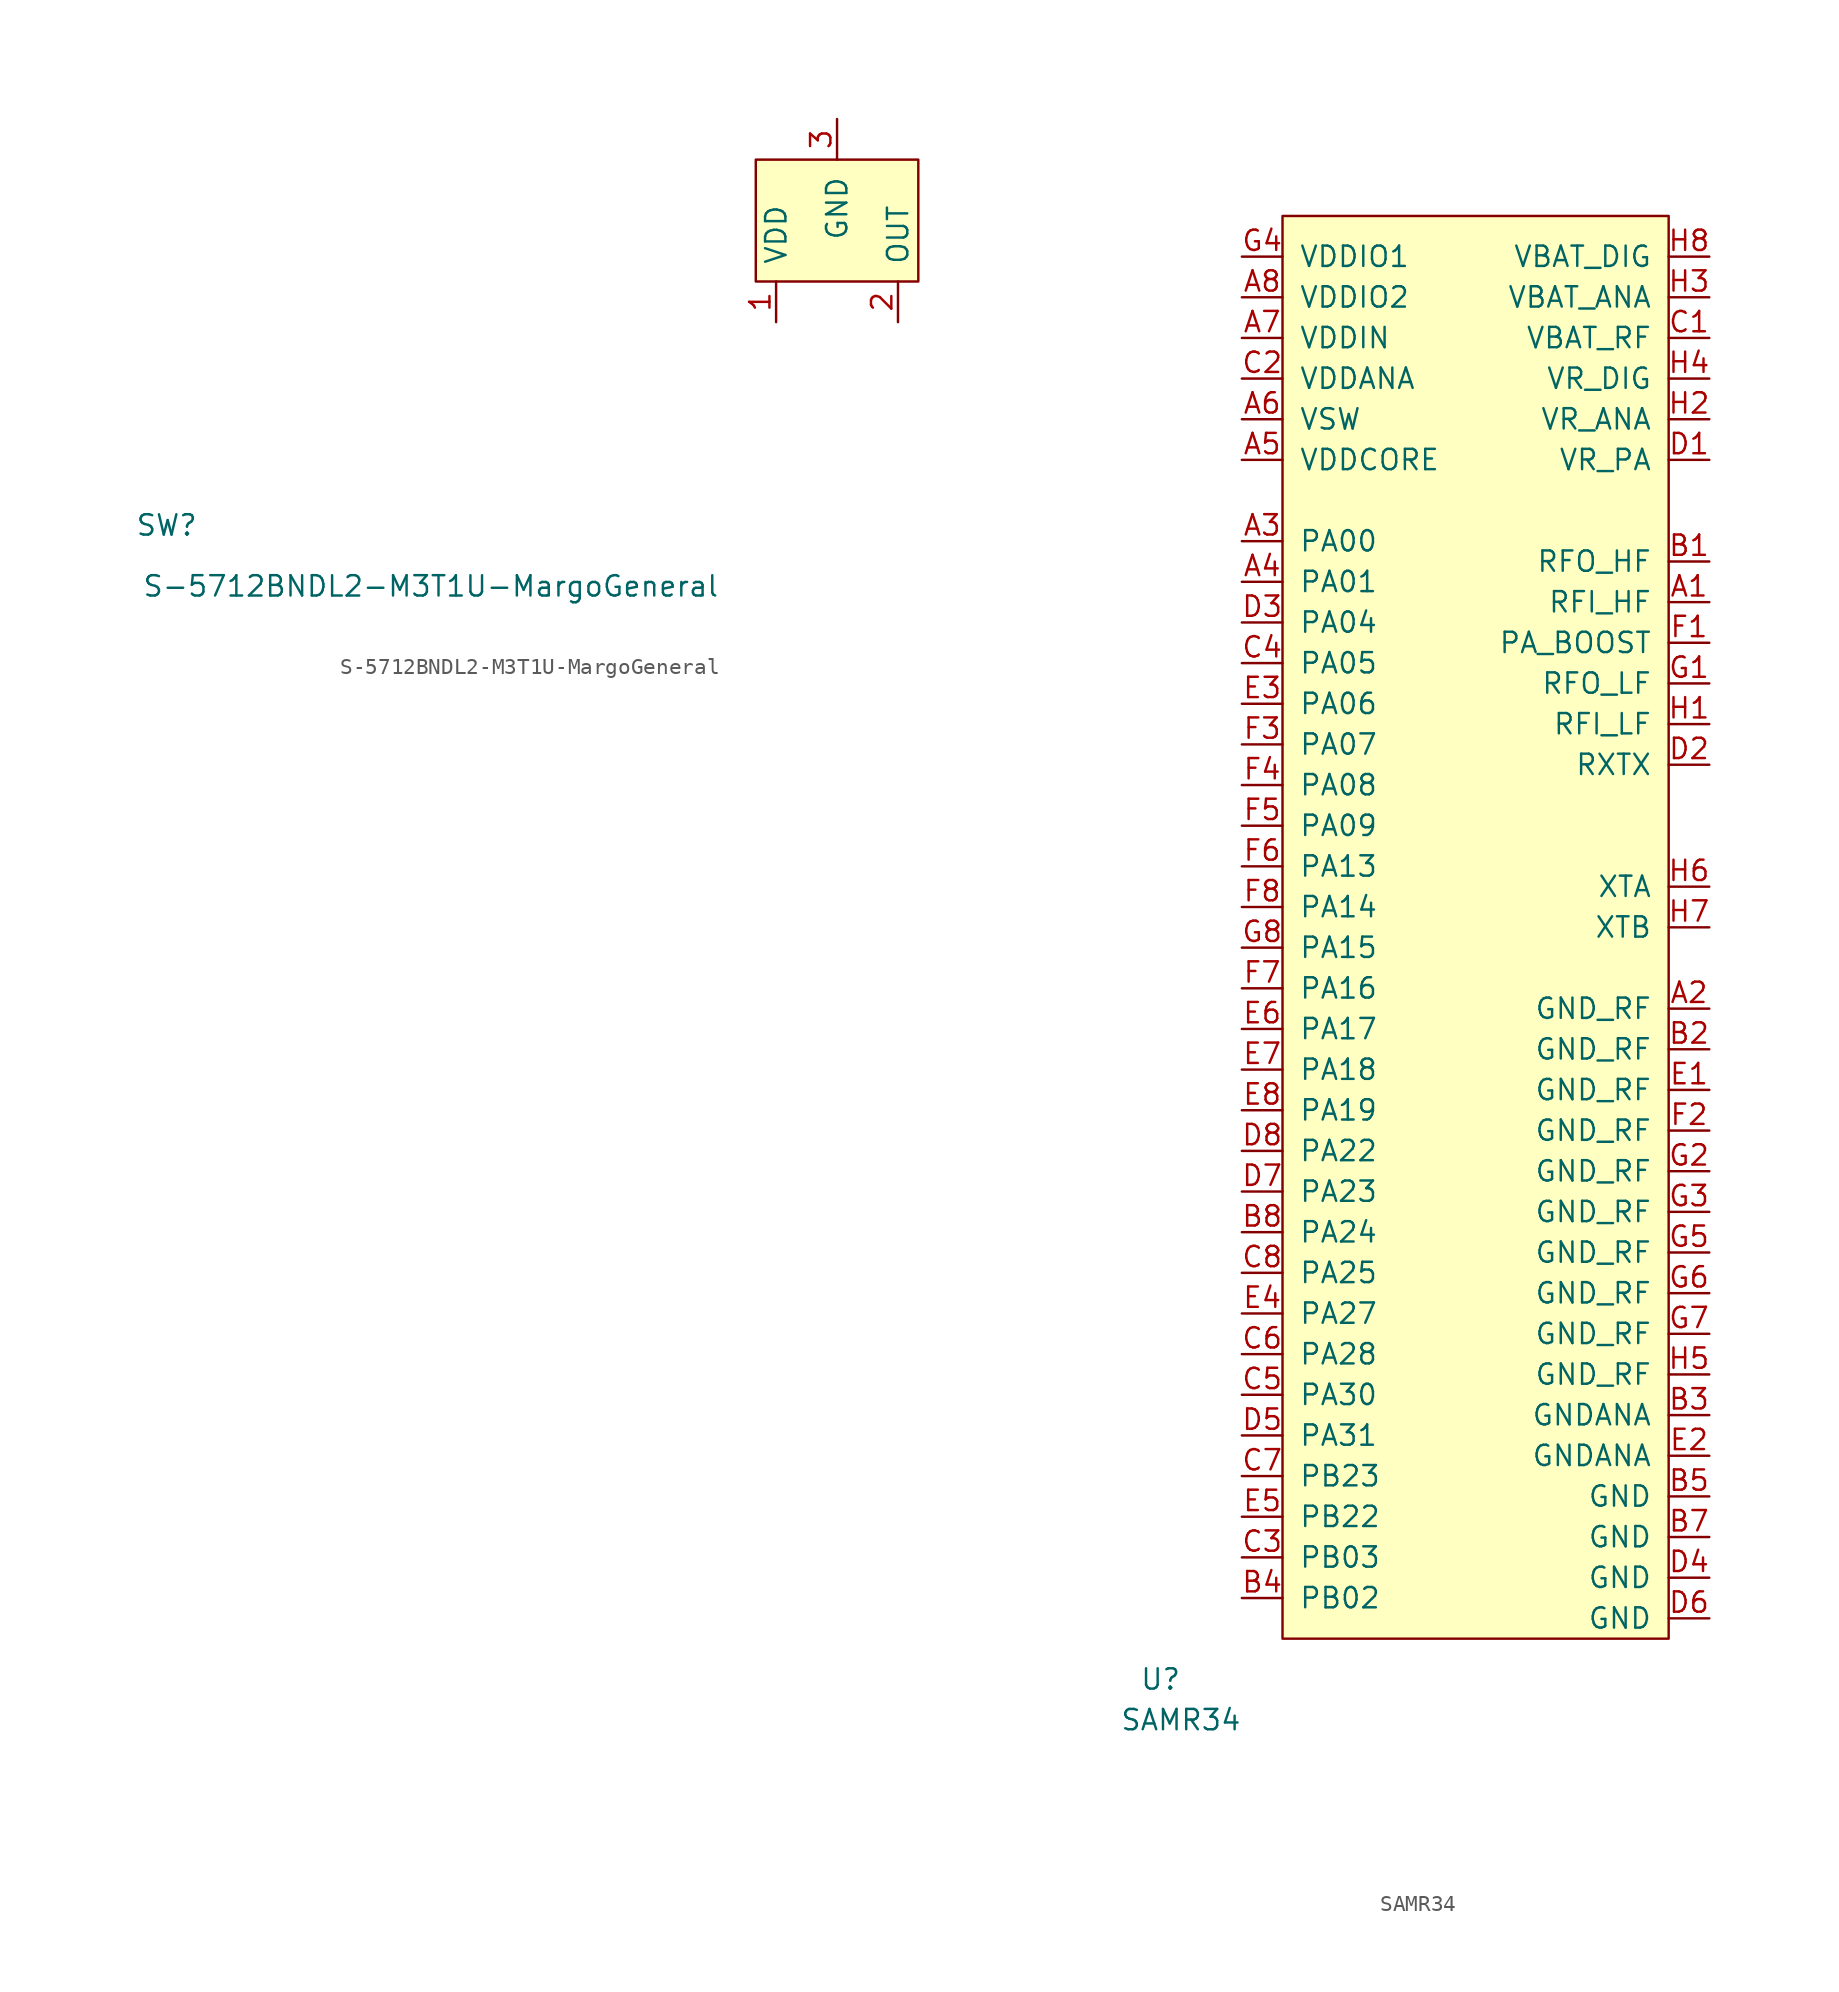
<source format=kicad_sym>
(kicad_symbol_lib
  (version 20211014)
  (generator kicad_symbol_editor)
  (symbol "S-5712BNDL2-M3T1U-MargoGeneral"
    (pin_names
      (offset 1.016))
    (property "Reference" "SW"
      (at -36.83 -15.24 0)
      (effects (font (size 1.27 1.27))))
    (property "Value" "S-5712BNDL2-M3T1U-MargoGeneral"
      (at -20.32 -19.05 0)
      (effects (font (size 1.27 1.27))))
    (symbol "S-5712BNDL2-M3T1U-MargoGeneral_0_1"
      (rectangle (start 0 0) (end 10.16 7.62) (stroke (width 0) (type default) (color 0 0 0 0)) (fill (type background))))
    (symbol "S-5712BNDL2-M3T1U-MargoGeneral_1_1"
      (pin input line (at 1.27 -2.54 90) (length 2.54) (name "VDD" (effects (font (size 1.27 1.27)))) (number "1" (effects (font (size 1.27 1.27)))))
      (pin input line (at 8.89 -2.54 90) (length 2.54) (name "OUT" (effects (font (size 1.27 1.27)))) (number "2" (effects (font (size 1.27 1.27)))))
      (pin input line (at 5.08 10.16 270) (length 2.54) (name "GND" (effects (font (size 1.27 1.27)))) (number "3" (effects (font (size 1.27 1.27)))))))
  (symbol "SAMR34"
    (pin_names
      (offset 1.016))
    (property "Reference" "U"
      (at -7.62 -2.54 0)
      (effects (font (size 1.27 1.27))))
    (property "Value" "SAMR34"
      (at -6.35 -5.08 0)
      (effects (font (size 1.27 1.27))))
    (symbol "SAMR34_0_1"
      (rectangle (start 0 0) (end 24.13 88.9) (stroke (width 0) (type default) (color 0 0 0 0)) (fill (type background))))
    (symbol "SAMR34_1_1"
      (pin input line (at 26.67 64.77 180) (length 2.54) (name "RFI_HF" (effects (font (size 1.27 1.27)))) (number "A1" (effects (font (size 1.27 1.27)))))
      (pin input line (at 26.67 39.37 180) (length 2.54) (name "GND_RF" (effects (font (size 1.27 1.27)))) (number "A2" (effects (font (size 1.27 1.27)))))
      (pin input line (at -2.54 68.58 0) (length 2.54) (name "PA00" (effects (font (size 1.27 1.27)))) (number "A3" (effects (font (size 1.27 1.27)))))
      (pin input line (at -2.54 66.04 0) (length 2.54) (name "PA01" (effects (font (size 1.27 1.27)))) (number "A4" (effects (font (size 1.27 1.27)))))
      (pin input line (at -2.54 73.66 0) (length 2.54) (name "VDDCORE" (effects (font (size 1.27 1.27)))) (number "A5" (effects (font (size 1.27 1.27)))))
      (pin input line (at -2.54 76.2 0) (length 2.54) (name "VSW" (effects (font (size 1.27 1.27)))) (number "A6" (effects (font (size 1.27 1.27)))))
      (pin input line (at -2.54 81.28 0) (length 2.54) (name "VDDIN" (effects (font (size 1.27 1.27)))) (number "A7" (effects (font (size 1.27 1.27)))))
      (pin input line (at -2.54 83.82 0) (length 2.54) (name "VDDIO2" (effects (font (size 1.27 1.27)))) (number "A8" (effects (font (size 1.27 1.27)))))
      (pin input line (at 26.67 67.31 180) (length 2.54) (name "RFO_HF" (effects (font (size 1.27 1.27)))) (number "B1" (effects (font (size 1.27 1.27)))))
      (pin input line (at 26.67 36.83 180) (length 2.54) (name "GND_RF" (effects (font (size 1.27 1.27)))) (number "B2" (effects (font (size 1.27 1.27)))))
      (pin input line (at 26.67 13.97 180) (length 2.54) (name "GNDANA" (effects (font (size 1.27 1.27)))) (number "B3" (effects (font (size 1.27 1.27)))))
      (pin input line (at -2.54 2.54 0) (length 2.54) (name "PB02" (effects (font (size 1.27 1.27)))) (number "B4" (effects (font (size 1.27 1.27)))))
      (pin input line (at 26.67 8.89 180) (length 2.54) (name "GND" (effects (font (size 1.27 1.27)))) (number "B5" (effects (font (size 1.27 1.27)))))
      (pin input line (at 26.67 6.35 180) (length 2.54) (name "GND" (effects (font (size 1.27 1.27)))) (number "B7" (effects (font (size 1.27 1.27)))))
      (pin input line (at -2.54 25.4 0) (length 2.54) (name "PA24" (effects (font (size 1.27 1.27)))) (number "B8" (effects (font (size 1.27 1.27)))))
      (pin input line (at 26.67 81.28 180) (length 2.54) (name "VBAT_RF" (effects (font (size 1.27 1.27)))) (number "C1" (effects (font (size 1.27 1.27)))))
      (pin input line (at -2.54 78.74 0) (length 2.54) (name "VDDANA" (effects (font (size 1.27 1.27)))) (number "C2" (effects (font (size 1.27 1.27)))))
      (pin input line (at -2.54 5.08 0) (length 2.54) (name "PB03" (effects (font (size 1.27 1.27)))) (number "C3" (effects (font (size 1.27 1.27)))))
      (pin input line (at -2.54 60.96 0) (length 2.54) (name "PA05" (effects (font (size 1.27 1.27)))) (number "C4" (effects (font (size 1.27 1.27)))))
      (pin input line (at -2.54 15.24 0) (length 2.54) (name "PA30" (effects (font (size 1.27 1.27)))) (number "C5" (effects (font (size 1.27 1.27)))))
      (pin input line (at -2.54 17.78 0) (length 2.54) (name "PA28" (effects (font (size 1.27 1.27)))) (number "C6" (effects (font (size 1.27 1.27)))))
      (pin input line (at -2.54 10.16 0) (length 2.54) (name "PB23" (effects (font (size 1.27 1.27)))) (number "C7" (effects (font (size 1.27 1.27)))))
      (pin input line (at -2.54 22.86 0) (length 2.54) (name "PA25" (effects (font (size 1.27 1.27)))) (number "C8" (effects (font (size 1.27 1.27)))))
      (pin input line (at 26.67 73.66 180) (length 2.54) (name "VR_PA" (effects (font (size 1.27 1.27)))) (number "D1" (effects (font (size 1.27 1.27)))))
      (pin input line (at 26.67 54.61 180) (length 2.54) (name "RXTX" (effects (font (size 1.27 1.27)))) (number "D2" (effects (font (size 1.27 1.27)))))
      (pin input line (at -2.54 63.5 0) (length 2.54) (name "PA04" (effects (font (size 1.27 1.27)))) (number "D3" (effects (font (size 1.27 1.27)))))
      (pin input line (at 26.67 3.81 180) (length 2.54) (name "GND" (effects (font (size 1.27 1.27)))) (number "D4" (effects (font (size 1.27 1.27)))))
      (pin input line (at -2.54 12.7 0) (length 2.54) (name "PA31" (effects (font (size 1.27 1.27)))) (number "D5" (effects (font (size 1.27 1.27)))))
      (pin input line (at 26.67 1.27 180) (length 2.54) (name "GND" (effects (font (size 1.27 1.27)))) (number "D6" (effects (font (size 1.27 1.27)))))
      (pin input line (at -2.54 27.94 0) (length 2.54) (name "PA23" (effects (font (size 1.27 1.27)))) (number "D7" (effects (font (size 1.27 1.27)))))
      (pin input line (at -2.54 30.48 0) (length 2.54) (name "PA22" (effects (font (size 1.27 1.27)))) (number "D8" (effects (font (size 1.27 1.27)))))
      (pin input line (at 26.67 34.29 180) (length 2.54) (name "GND_RF" (effects (font (size 1.27 1.27)))) (number "E1" (effects (font (size 1.27 1.27)))))
      (pin input line (at 26.67 11.43 180) (length 2.54) (name "GNDANA" (effects (font (size 1.27 1.27)))) (number "E2" (effects (font (size 1.27 1.27)))))
      (pin input line (at -2.54 58.42 0) (length 2.54) (name "PA06" (effects (font (size 1.27 1.27)))) (number "E3" (effects (font (size 1.27 1.27)))))
      (pin input line (at -2.54 20.32 0) (length 2.54) (name "PA27" (effects (font (size 1.27 1.27)))) (number "E4" (effects (font (size 1.27 1.27)))))
      (pin input line (at -2.54 7.62 0) (length 2.54) (name "PB22" (effects (font (size 1.27 1.27)))) (number "E5" (effects (font (size 1.27 1.27)))))
      (pin input line (at -2.54 38.1 0) (length 2.54) (name "PA17" (effects (font (size 1.27 1.27)))) (number "E6" (effects (font (size 1.27 1.27)))))
      (pin input line (at -2.54 35.56 0) (length 2.54) (name "PA18" (effects (font (size 1.27 1.27)))) (number "E7" (effects (font (size 1.27 1.27)))))
      (pin input line (at -2.54 33.02 0) (length 2.54) (name "PA19" (effects (font (size 1.27 1.27)))) (number "E8" (effects (font (size 1.27 1.27)))))
      (pin input line (at 26.67 62.23 180) (length 2.54) (name "PA_BOOST" (effects (font (size 1.27 1.27)))) (number "F1" (effects (font (size 1.27 1.27)))))
      (pin input line (at 26.67 31.75 180) (length 2.54) (name "GND_RF" (effects (font (size 1.27 1.27)))) (number "F2" (effects (font (size 1.27 1.27)))))
      (pin input line (at -2.54 55.88 0) (length 2.54) (name "PA07" (effects (font (size 1.27 1.27)))) (number "F3" (effects (font (size 1.27 1.27)))))
      (pin input line (at -2.54 53.34 0) (length 2.54) (name "PA08" (effects (font (size 1.27 1.27)))) (number "F4" (effects (font (size 1.27 1.27)))))
      (pin input line (at -2.54 50.8 0) (length 2.54) (name "PA09" (effects (font (size 1.27 1.27)))) (number "F5" (effects (font (size 1.27 1.27)))))
      (pin input line (at -2.54 48.26 0) (length 2.54) (name "PA13" (effects (font (size 1.27 1.27)))) (number "F6" (effects (font (size 1.27 1.27)))))
      (pin input line (at -2.54 40.64 0) (length 2.54) (name "PA16" (effects (font (size 1.27 1.27)))) (number "F7" (effects (font (size 1.27 1.27)))))
      (pin input line (at -2.54 45.72 0) (length 2.54) (name "PA14" (effects (font (size 1.27 1.27)))) (number "F8" (effects (font (size 1.27 1.27)))))
      (pin input line (at 26.67 59.69 180) (length 2.54) (name "RFO_LF" (effects (font (size 1.27 1.27)))) (number "G1" (effects (font (size 1.27 1.27)))))
      (pin input line (at 26.67 29.21 180) (length 2.54) (name "GND_RF" (effects (font (size 1.27 1.27)))) (number "G2" (effects (font (size 1.27 1.27)))))
      (pin input line (at 26.67 26.67 180) (length 2.54) (name "GND_RF" (effects (font (size 1.27 1.27)))) (number "G3" (effects (font (size 1.27 1.27)))))
      (pin input line (at -2.54 86.36 0) (length 2.54) (name "VDDIO1" (effects (font (size 1.27 1.27)))) (number "G4" (effects (font (size 1.27 1.27)))))
      (pin input line (at 26.67 24.13 180) (length 2.54) (name "GND_RF" (effects (font (size 1.27 1.27)))) (number "G5" (effects (font (size 1.27 1.27)))))
      (pin input line (at 26.67 21.59 180) (length 2.54) (name "GND_RF" (effects (font (size 1.27 1.27)))) (number "G6" (effects (font (size 1.27 1.27)))))
      (pin input line (at 26.67 19.05 180) (length 2.54) (name "GND_RF" (effects (font (size 1.27 1.27)))) (number "G7" (effects (font (size 1.27 1.27)))))
      (pin input line (at -2.54 43.18 0) (length 2.54) (name "PA15" (effects (font (size 1.27 1.27)))) (number "G8" (effects (font (size 1.27 1.27)))))
      (pin input line (at 26.67 57.15 180) (length 2.54) (name "RFI_LF" (effects (font (size 1.27 1.27)))) (number "H1" (effects (font (size 1.27 1.27)))))
      (pin input line (at 26.67 76.2 180) (length 2.54) (name "VR_ANA" (effects (font (size 1.27 1.27)))) (number "H2" (effects (font (size 1.27 1.27)))))
      (pin input line (at 26.67 83.82 180) (length 2.54) (name "VBAT_ANA" (effects (font (size 1.27 1.27)))) (number "H3" (effects (font (size 1.27 1.27)))))
      (pin input line (at 26.67 78.74 180) (length 2.54) (name "VR_DIG" (effects (font (size 1.27 1.27)))) (number "H4" (effects (font (size 1.27 1.27)))))
      (pin input line (at 26.67 16.51 180) (length 2.54) (name "GND_RF" (effects (font (size 1.27 1.27)))) (number "H5" (effects (font (size 1.27 1.27)))))
      (pin input line (at 26.67 46.99 180) (length 2.54) (name "XTA" (effects (font (size 1.27 1.27)))) (number "H6" (effects (font (size 1.27 1.27)))))
      (pin input line (at 26.67 44.45 180) (length 2.54) (name "XTB" (effects (font (size 1.27 1.27)))) (number "H7" (effects (font (size 1.27 1.27)))))
      (pin input line (at 26.67 86.36 180) (length 2.54) (name "VBAT_DIG" (effects (font (size 1.27 1.27)))) (number "H8" (effects (font (size 1.27 1.27))))))))
</source>
